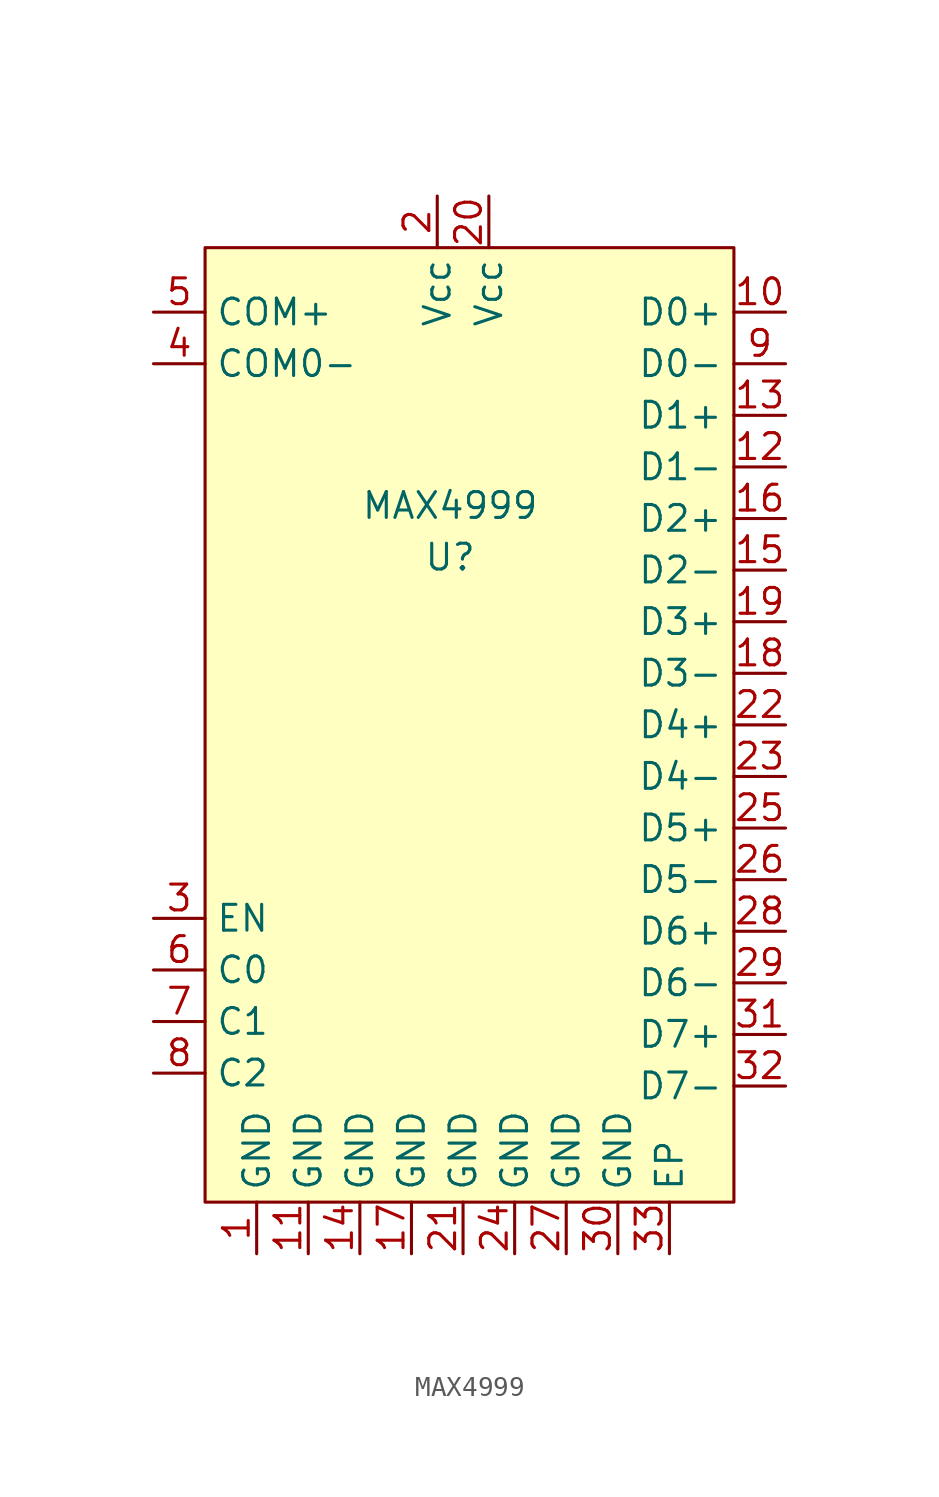
<source format=kicad_sym>
(kicad_symbol_lib
  (version 20211014)
  (generator kicad_symbol_editor)
  (symbol "MAX4999"
    (property "Reference" "U"
      (at 33.655 41.275 0)
      (effects (font (size 1.27 1.27))))
    (property "Value" "MAX4999"
      (at 33.655 43.815 0)
      (effects (font (size 1.27 1.27))))
    (symbol "MAX4999_0_1"
      (rectangle (start 21.59 56.515) (end 47.625 9.525) (stroke (width 0) (type default) (color 0 0 0 0)) (fill (type background))))
    (symbol "MAX4999_1_1"
      (pin input line (at 24.13 6.985 90) (length 2.54) (name "GND" (effects (font (size 1.27 1.27)))) (number "1" (effects (font (size 1.27 1.27)))))
      (pin input line (at 50.165 53.34 180) (length 2.54) (name "D0+" (effects (font (size 1.27 1.27)))) (number "10" (effects (font (size 1.27 1.27)))))
      (pin input line (at 26.67 6.985 90) (length 2.54) (name "GND" (effects (font (size 1.27 1.27)))) (number "11" (effects (font (size 1.27 1.27)))))
      (pin input line (at 50.165 45.72 180) (length 2.54) (name "D1-" (effects (font (size 1.27 1.27)))) (number "12" (effects (font (size 1.27 1.27)))))
      (pin input line (at 50.165 48.26 180) (length 2.54) (name "D1+" (effects (font (size 1.27 1.27)))) (number "13" (effects (font (size 1.27 1.27)))))
      (pin input line (at 29.21 6.985 90) (length 2.54) (name "GND" (effects (font (size 1.27 1.27)))) (number "14" (effects (font (size 1.27 1.27)))))
      (pin input line (at 50.165 40.64 180) (length 2.54) (name "D2-" (effects (font (size 1.27 1.27)))) (number "15" (effects (font (size 1.27 1.27)))))
      (pin input line (at 50.165 43.18 180) (length 2.54) (name "D2+" (effects (font (size 1.27 1.27)))) (number "16" (effects (font (size 1.27 1.27)))))
      (pin input line (at 31.75 6.985 90) (length 2.54) (name "GND" (effects (font (size 1.27 1.27)))) (number "17" (effects (font (size 1.27 1.27)))))
      (pin input line (at 50.165 35.56 180) (length 2.54) (name "D3-" (effects (font (size 1.27 1.27)))) (number "18" (effects (font (size 1.27 1.27)))))
      (pin input line (at 50.165 38.1 180) (length 2.54) (name "D3+" (effects (font (size 1.27 1.27)))) (number "19" (effects (font (size 1.27 1.27)))))
      (pin input line (at 33.02 59.055 270) (length 2.54) (name "Vcc" (effects (font (size 1.27 1.27)))) (number "2" (effects (font (size 1.27 1.27)))))
      (pin input line (at 35.56 59.055 270) (length 2.54) (name "Vcc" (effects (font (size 1.27 1.27)))) (number "20" (effects (font (size 1.27 1.27)))))
      (pin input line (at 34.29 6.985 90) (length 2.54) (name "GND" (effects (font (size 1.27 1.27)))) (number "21" (effects (font (size 1.27 1.27)))))
      (pin input line (at 50.165 33.02 180) (length 2.54) (name "D4+" (effects (font (size 1.27 1.27)))) (number "22" (effects (font (size 1.27 1.27)))))
      (pin input line (at 50.165 30.48 180) (length 2.54) (name "D4-" (effects (font (size 1.27 1.27)))) (number "23" (effects (font (size 1.27 1.27)))))
      (pin input line (at 36.83 6.985 90) (length 2.54) (name "GND" (effects (font (size 1.27 1.27)))) (number "24" (effects (font (size 1.27 1.27)))))
      (pin input line (at 50.165 27.94 180) (length 2.54) (name "D5+" (effects (font (size 1.27 1.27)))) (number "25" (effects (font (size 1.27 1.27)))))
      (pin input line (at 50.165 25.4 180) (length 2.54) (name "D5-" (effects (font (size 1.27 1.27)))) (number "26" (effects (font (size 1.27 1.27)))))
      (pin input line (at 39.37 6.985 90) (length 2.54) (name "GND" (effects (font (size 1.27 1.27)))) (number "27" (effects (font (size 1.27 1.27)))))
      (pin input line (at 50.165 22.86 180) (length 2.54) (name "D6+" (effects (font (size 1.27 1.27)))) (number "28" (effects (font (size 1.27 1.27)))))
      (pin input line (at 50.165 20.32 180) (length 2.54) (name "D6-" (effects (font (size 1.27 1.27)))) (number "29" (effects (font (size 1.27 1.27)))))
      (pin input line (at 19.05 23.495 0) (length 2.54) (name "EN" (effects (font (size 1.27 1.27)))) (number "3" (effects (font (size 1.27 1.27)))))
      (pin input line (at 41.91 6.985 90) (length 2.54) (name "GND" (effects (font (size 1.27 1.27)))) (number "30" (effects (font (size 1.27 1.27)))))
      (pin input line (at 50.165 17.78 180) (length 2.54) (name "D7+" (effects (font (size 1.27 1.27)))) (number "31" (effects (font (size 1.27 1.27)))))
      (pin input line (at 50.165 15.24 180) (length 2.54) (name "D7-" (effects (font (size 1.27 1.27)))) (number "32" (effects (font (size 1.27 1.27)))))
      (pin input line (at 44.45 6.985 90) (length 2.54) (name "EP" (effects (font (size 1.27 1.27)))) (number "33" (effects (font (size 1.27 1.27)))))
      (pin input line (at 19.05 50.8 0) (length 2.54) (name "COM0-" (effects (font (size 1.27 1.27)))) (number "4" (effects (font (size 1.27 1.27)))))
      (pin input line (at 19.05 53.34 0) (length 2.54) (name "COM+" (effects (font (size 1.27 1.27)))) (number "5" (effects (font (size 1.27 1.27)))))
      (pin input line (at 19.05 20.955 0) (length 2.54) (name "C0" (effects (font (size 1.27 1.27)))) (number "6" (effects (font (size 1.27 1.27)))))
      (pin input line (at 19.05 18.415 0) (length 2.54) (name "C1" (effects (font (size 1.27 1.27)))) (number "7" (effects (font (size 1.27 1.27)))))
      (pin input line (at 19.05 15.875 0) (length 2.54) (name "C2" (effects (font (size 1.27 1.27)))) (number "8" (effects (font (size 1.27 1.27)))))
      (pin input line (at 50.165 50.8 180) (length 2.54) (name "D0-" (effects (font (size 1.27 1.27)))) (number "9" (effects (font (size 1.27 1.27))))))))
</source>
